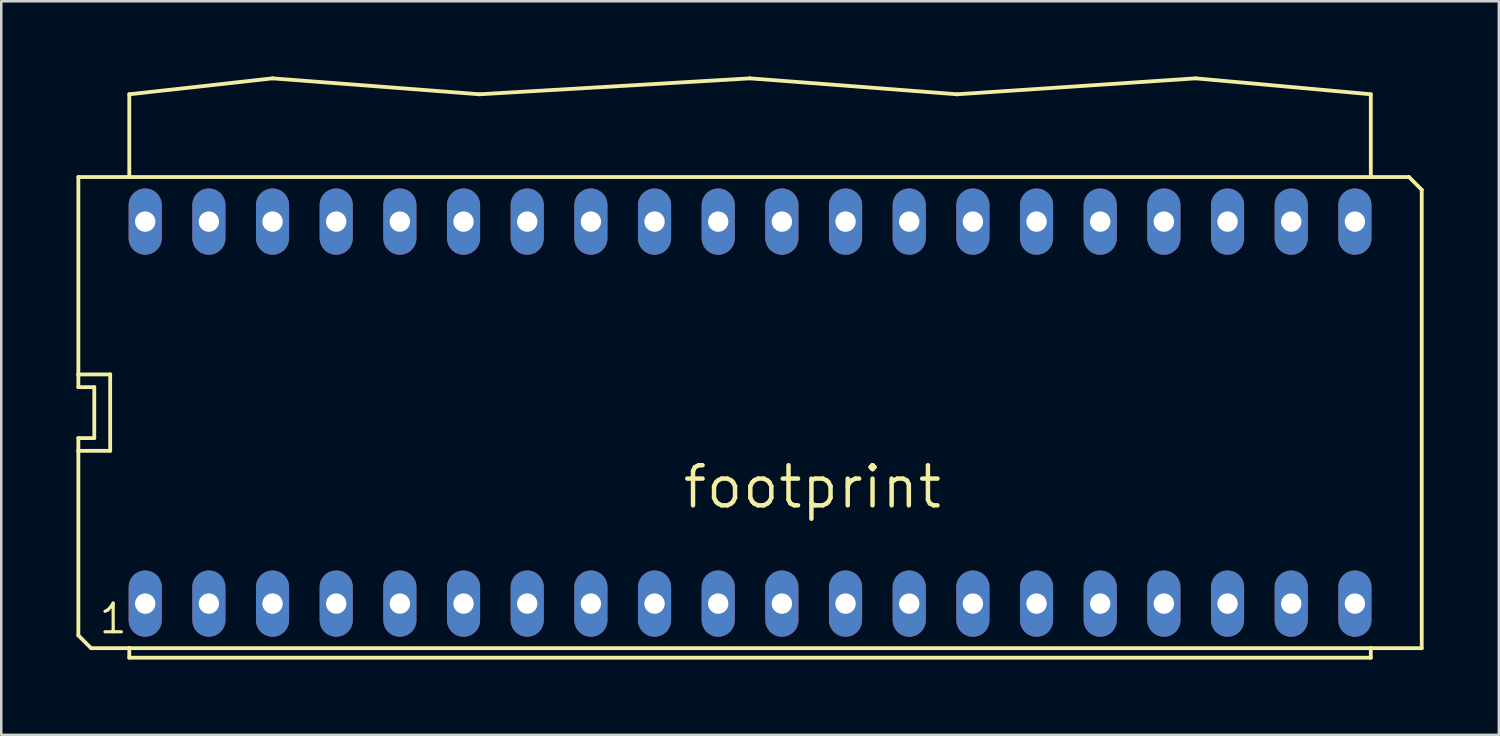
<source format=kicad_pcb>
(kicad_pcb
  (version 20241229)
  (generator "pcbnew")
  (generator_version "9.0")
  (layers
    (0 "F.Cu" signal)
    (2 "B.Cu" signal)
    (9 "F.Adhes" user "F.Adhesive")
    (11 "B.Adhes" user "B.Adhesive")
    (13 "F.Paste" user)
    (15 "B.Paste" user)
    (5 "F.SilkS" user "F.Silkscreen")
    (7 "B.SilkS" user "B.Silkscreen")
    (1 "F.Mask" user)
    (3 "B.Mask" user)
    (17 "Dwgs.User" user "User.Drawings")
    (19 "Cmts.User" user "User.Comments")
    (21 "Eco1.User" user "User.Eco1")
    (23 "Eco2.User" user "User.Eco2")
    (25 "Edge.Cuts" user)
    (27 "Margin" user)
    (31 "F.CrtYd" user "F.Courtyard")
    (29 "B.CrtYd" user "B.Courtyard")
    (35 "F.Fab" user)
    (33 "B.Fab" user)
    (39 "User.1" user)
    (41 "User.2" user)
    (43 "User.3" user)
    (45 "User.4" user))
  (footprint "footprint"
    (layer "F.Cu")
    (at 26.873 13.411)
    (property "Reference" "footprint" (at 7.747 2.032 0) (layer "F.SilkS") (effects (font (size 1.6 1.6) (thickness 0.178)) (justify right top)))
    (fp_line (start -26.797 -1.524) (end -26.797 -9.398) (stroke (width 0.152) (type solid)) (layer "F.SilkS"))
    (fp_line (start -26.797 -1.016) (end -26.797 -1.524) (stroke (width 0.152) (type solid)) (layer "F.SilkS"))
    (fp_line (start -26.797 1.016) (end -26.162 1.016) (stroke (width 0.152) (type solid)) (layer "F.SilkS"))
    (fp_line (start -26.797 1.524) (end -26.797 1.016) (stroke (width 0.152) (type solid)) (layer "F.SilkS"))
    (fp_line (start -26.797 1.524) (end -25.527 1.524) (stroke (width 0.152) (type solid)) (layer "F.SilkS"))
    (fp_line (start -26.797 8.89) (end -26.797 1.524) (stroke (width 0.152) (type solid)) (layer "F.SilkS"))
    (fp_line (start -26.289 9.398) (end -26.797 8.89) (stroke (width 0.152) (type solid)) (layer "F.SilkS"))
    (fp_line (start -26.289 9.398) (end -24.765 9.398) (stroke (width 0.152) (type solid)) (layer "F.SilkS"))
    (fp_line (start -26.162 -1.016) (end -26.797 -1.016) (stroke (width 0.152) (type solid)) (layer "F.SilkS"))
    (fp_line (start -26.162 -1.016) (end -26.162 1.016) (stroke (width 0.152) (type solid)) (layer "F.SilkS"))
    (fp_line (start -25.527 -1.524) (end -26.797 -1.524) (stroke (width 0.152) (type solid)) (layer "F.SilkS"))
    (fp_line (start -25.527 -1.524) (end -25.527 1.524) (stroke (width 0.152) (type solid)) (layer "F.SilkS"))
    (fp_line (start -24.765 -12.7) (end -24.765 -9.398) (stroke (width 0.152) (type solid)) (layer "F.SilkS"))
    (fp_line (start -24.765 -12.7) (end -19.05 -13.335) (stroke (width 0.152) (type solid)) (layer "F.SilkS"))
    (fp_line (start -24.765 -9.398) (end -26.797 -9.398) (stroke (width 0.152) (type solid)) (layer "F.SilkS"))
    (fp_line (start -24.765 9.398) (end 24.765 9.398) (stroke (width 0.152) (type solid)) (layer "F.SilkS"))
    (fp_line (start -24.765 9.779) (end -24.765 9.398) (stroke (width 0.152) (type solid)) (layer "F.SilkS"))
    (fp_line (start -24.765 9.779) (end 24.765 9.779) (stroke (width 0.152) (type solid)) (layer "F.SilkS"))
    (fp_line (start -19.05 -13.335) (end -10.795 -12.7) (stroke (width 0.152) (type solid)) (layer "F.SilkS"))
    (fp_line (start 0 -13.335) (end -10.795 -12.7) (stroke (width 0.152) (type solid)) (layer "F.SilkS"))
    (fp_line (start 8.255 -12.7) (end 0 -13.335) (stroke (width 0.152) (type solid)) (layer "F.SilkS"))
    (fp_line (start 17.78 -13.335) (end 8.255 -12.7) (stroke (width 0.152) (type solid)) (layer "F.SilkS"))
    (fp_line (start 17.78 -13.335) (end 24.765 -12.7) (stroke (width 0.152) (type solid)) (layer "F.SilkS"))
    (fp_line (start 24.765 -9.398) (end -24.765 -9.398) (stroke (width 0.152) (type solid)) (layer "F.SilkS"))
    (fp_line (start 24.765 -9.398) (end 24.765 -12.7) (stroke (width 0.152) (type solid)) (layer "F.SilkS"))
    (fp_line (start 24.765 9.398) (end 26.797 9.398) (stroke (width 0.152) (type solid)) (layer "F.SilkS"))
    (fp_line (start 24.765 9.779) (end 24.765 9.398) (stroke (width 0.152) (type solid)) (layer "F.SilkS"))
    (fp_line (start 26.289 -9.398) (end 24.765 -9.398) (stroke (width 0.152) (type solid)) (layer "F.SilkS"))
    (fp_line (start 26.797 -8.89) (end 26.289 -9.398) (stroke (width 0.152) (type solid)) (layer "F.SilkS"))
    (fp_line (start 26.797 9.398) (end 26.797 -8.89) (stroke (width 0.152) (type solid)) (layer "F.SilkS"))
    (fp_text user "1" (at -26.035 8.89 0) (layer "F.SilkS") (effects (font (size 1.143 1.143) (thickness 0.127)) (justify left bottom)))
    (pad "1" thru_hole oval (at -24.13 7.62 90) (size 2.642 1.321) (drill 0.813) (layers "*.Cu" "*.Mask"))
    (pad "2" thru_hole oval (at -21.59 7.62 90) (size 2.642 1.321) (drill 0.813) (layers "*.Cu" "*.Mask"))
    (pad "3" thru_hole oval (at -19.05 7.62 90) (size 2.642 1.321) (drill 0.813) (layers "*.Cu" "*.Mask"))
    (pad "4" thru_hole oval (at -16.51 7.62 90) (size 2.642 1.321) (drill 0.813) (layers "*.Cu" "*.Mask"))
    (pad "5" thru_hole oval (at -13.97 7.62 90) (size 2.642 1.321) (drill 0.813) (layers "*.Cu" "*.Mask"))
    (pad "6" thru_hole oval (at -11.43 7.62 90) (size 2.642 1.321) (drill 0.813) (layers "*.Cu" "*.Mask"))
    (pad "7" thru_hole oval (at -8.89 7.62 90) (size 2.642 1.321) (drill 0.813) (layers "*.Cu" "*.Mask"))
    (pad "8" thru_hole oval (at -6.35 7.62 90) (size 2.642 1.321) (drill 0.813) (layers "*.Cu" "*.Mask"))
    (pad "9" thru_hole oval (at -3.81 7.62 90) (size 2.642 1.321) (drill 0.813) (layers "*.Cu" "*.Mask"))
    (pad "10" thru_hole oval (at -1.27 7.62 90) (size 2.642 1.321) (drill 0.813) (layers "*.Cu" "*.Mask"))
    (pad "11" thru_hole oval (at 1.27 7.62 90) (size 2.642 1.321) (drill 0.813) (layers "*.Cu" "*.Mask"))
    (pad "12" thru_hole oval (at 3.81 7.62 90) (size 2.642 1.321) (drill 0.813) (layers "*.Cu" "*.Mask"))
    (pad "13" thru_hole oval (at 6.35 7.62 90) (size 2.642 1.321) (drill 0.813) (layers "*.Cu" "*.Mask"))
    (pad "14" thru_hole oval (at 8.89 7.62 90) (size 2.642 1.321) (drill 0.813) (layers "*.Cu" "*.Mask"))
    (pad "15" thru_hole oval (at 11.43 7.62 90) (size 2.642 1.321) (drill 0.813) (layers "*.Cu" "*.Mask"))
    (pad "16" thru_hole oval (at 13.97 7.62 90) (size 2.642 1.321) (drill 0.813) (layers "*.Cu" "*.Mask"))
    (pad "17" thru_hole oval (at 16.51 7.62 90) (size 2.642 1.321) (drill 0.813) (layers "*.Cu" "*.Mask"))
    (pad "18" thru_hole oval (at 19.05 7.62 90) (size 2.642 1.321) (drill 0.813) (layers "*.Cu" "*.Mask"))
    (pad "19" thru_hole oval (at 21.59 7.62 90) (size 2.642 1.321) (drill 0.813) (layers "*.Cu" "*.Mask"))
    (pad "20" thru_hole oval (at 24.13 7.62 90) (size 2.642 1.321) (drill 0.813) (layers "*.Cu" "*.Mask"))
    (pad "21" thru_hole oval (at 24.13 -7.62 90) (size 2.642 1.321) (drill 0.813) (layers "*.Cu" "*.Mask"))
    (pad "22" thru_hole oval (at 21.59 -7.62 90) (size 2.642 1.321) (drill 0.813) (layers "*.Cu" "*.Mask"))
    (pad "23" thru_hole oval (at 19.05 -7.62 90) (size 2.642 1.321) (drill 0.813) (layers "*.Cu" "*.Mask"))
    (pad "24" thru_hole oval (at 16.51 -7.62 90) (size 2.642 1.321) (drill 0.813) (layers "*.Cu" "*.Mask"))
    (pad "25" thru_hole oval (at 13.97 -7.62 90) (size 2.642 1.321) (drill 0.813) (layers "*.Cu" "*.Mask"))
    (pad "26" thru_hole oval (at 11.43 -7.62 90) (size 2.642 1.321) (drill 0.813) (layers "*.Cu" "*.Mask"))
    (pad "27" thru_hole oval (at 8.89 -7.62 90) (size 2.642 1.321) (drill 0.813) (layers "*.Cu" "*.Mask"))
    (pad "28" thru_hole oval (at 6.35 -7.62 90) (size 2.642 1.321) (drill 0.813) (layers "*.Cu" "*.Mask"))
    (pad "29" thru_hole oval (at 3.81 -7.62 90) (size 2.642 1.321) (drill 0.813) (layers "*.Cu" "*.Mask"))
    (pad "30" thru_hole oval (at 1.27 -7.62 90) (size 2.642 1.321) (drill 0.813) (layers "*.Cu" "*.Mask"))
    (pad "31" thru_hole oval (at -1.27 -7.62 90) (size 2.642 1.321) (drill 0.813) (layers "*.Cu" "*.Mask"))
    (pad "32" thru_hole oval (at -3.81 -7.62 90) (size 2.642 1.321) (drill 0.813) (layers "*.Cu" "*.Mask"))
    (pad "33" thru_hole oval (at -6.35 -7.62 90) (size 2.642 1.321) (drill 0.813) (layers "*.Cu" "*.Mask"))
    (pad "34" thru_hole oval (at -8.89 -7.62 90) (size 2.642 1.321) (drill 0.813) (layers "*.Cu" "*.Mask"))
    (pad "35" thru_hole oval (at -11.43 -7.62 90) (size 2.642 1.321) (drill 0.813) (layers "*.Cu" "*.Mask"))
    (pad "36" thru_hole oval (at -13.97 -7.62 90) (size 2.642 1.321) (drill 0.813) (layers "*.Cu" "*.Mask"))
    (pad "37" thru_hole oval (at -16.51 -7.62 90) (size 2.642 1.321) (drill 0.813) (layers "*.Cu" "*.Mask"))
    (pad "38" thru_hole oval (at -19.05 -7.62 90) (size 2.642 1.321) (drill 0.813) (layers "*.Cu" "*.Mask"))
    (pad "39" thru_hole oval (at -21.59 -7.62 90) (size 2.642 1.321) (drill 0.813) (layers "*.Cu" "*.Mask"))
    (pad "40" thru_hole oval (at -24.13 -7.62 90) (size 2.642 1.321) (drill 0.813) (layers "*.Cu" "*.Mask")))
  (gr_rect
    (start -3 -3)
    (end 56.746 26.266)
    (stroke (width 0.1) (type default))
    (fill no)
    (layer "Edge.Cuts")))
</source>
